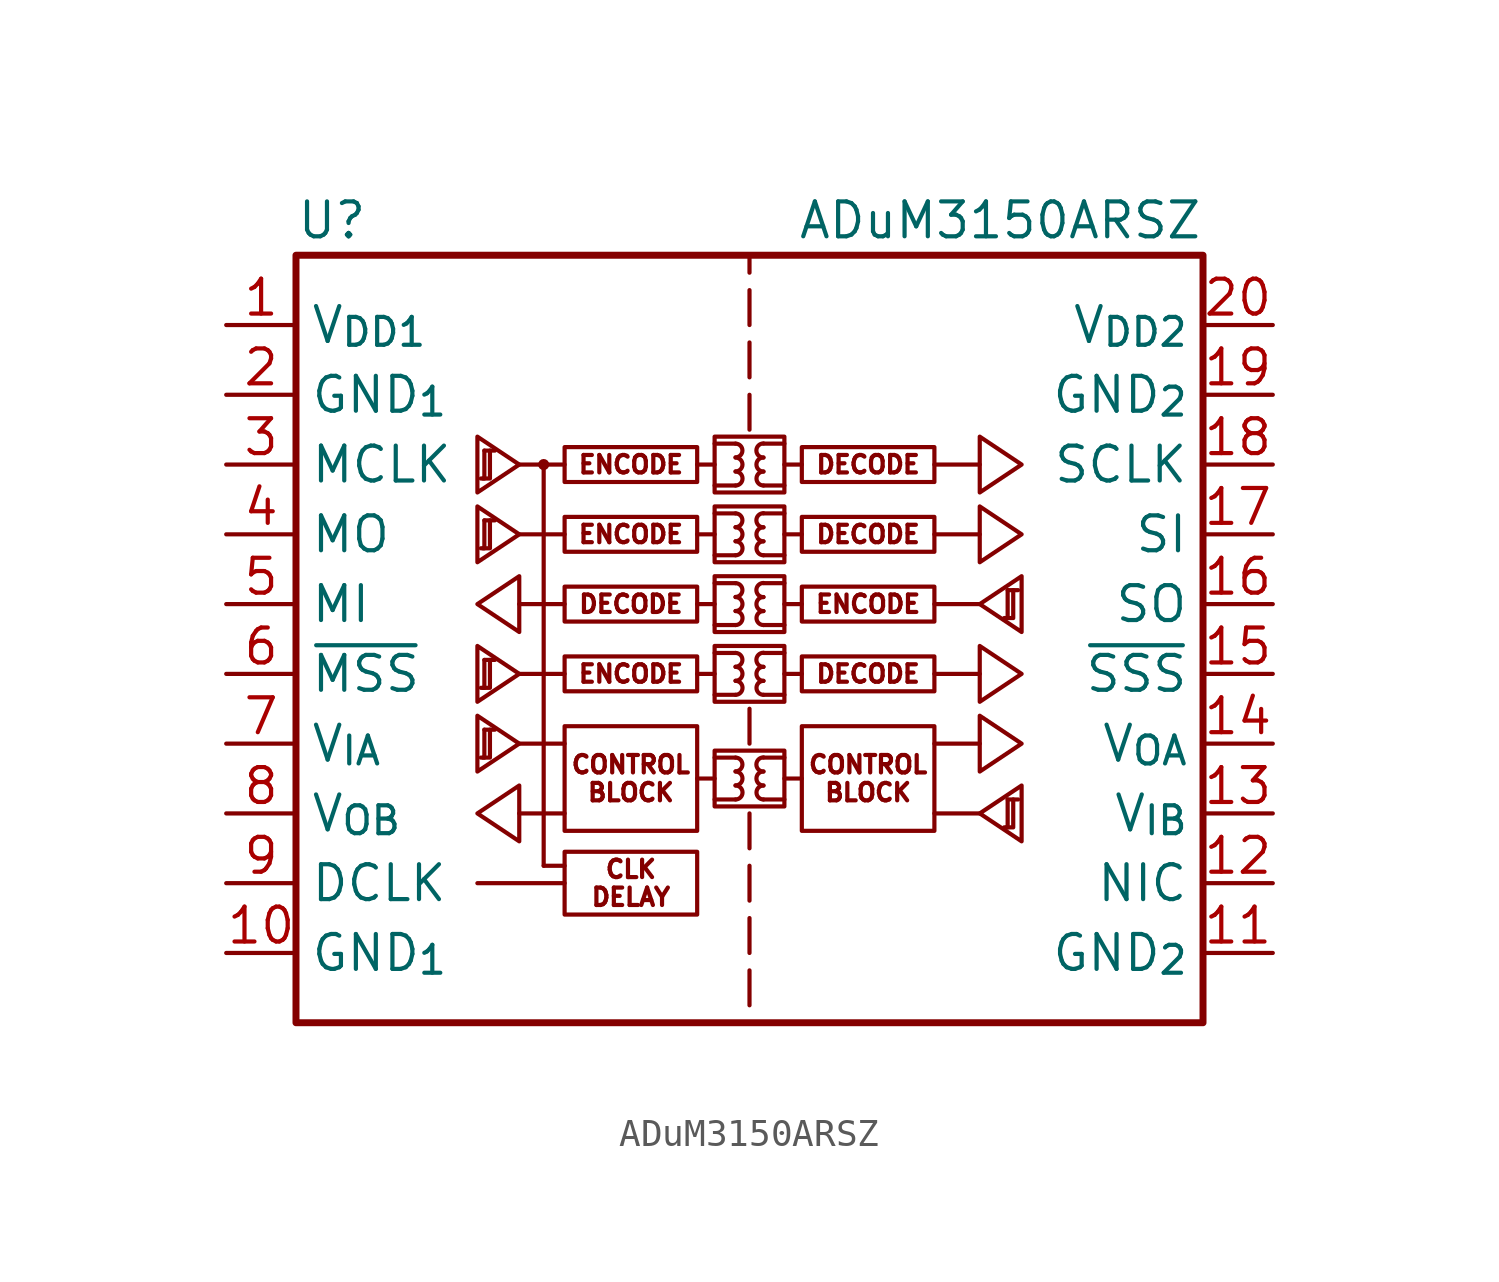
<source format=kicad_sym>
(kicad_symbol_lib
  (version 20211014)
  (generator kicad_symbol_editor)
  (symbol "ADuM3150ARSZ"
    (property "Reference" "U"
      (at 0 1.27 0)
      (effects (font (size 1.27 1.27)) (justify left)))
    (property "Value" "ADuM3150ARSZ"
      (at 33.02 1.27 0)
      (effects (font (size 1.27 1.27)) (justify right)))
    (symbol "ADuM3150ARSZ_0_1"
      (circle (center 9.017 -7.62) (radius 0.127) (stroke (width 0) (type default) (color 0 0 0 0)) (fill (type outline))))
    (symbol "ADuM3150ARSZ_1_0"
      (polyline (pts (xy 9.017 -22.225) (xy 9.017 -7.62)) (stroke (width 0) (type default) (color 0 0 0 0)) (fill (type none)))
      (polyline (pts (xy 9.779 -22.86) (xy 6.604 -22.86)) (stroke (width 0) (type default) (color 0 0 0 0)) (fill (type none)))
      (polyline (pts (xy 9.779 -22.225) (xy 9.017 -22.225)) (stroke (width 0) (type default) (color 0 0 0 0)) (fill (type none)))
      (polyline (pts (xy 9.779 -20.32) (xy 8.128 -20.32)) (stroke (width 0) (type default) (color 0 0 0 0)) (fill (type none)))
      (polyline (pts (xy 9.779 -17.78) (xy 8.128 -17.78)) (stroke (width 0) (type default) (color 0 0 0 0)) (fill (type none)))
      (polyline (pts (xy 9.779 -15.24) (xy 8.128 -15.24)) (stroke (width 0) (type default) (color 0 0 0 0)) (fill (type none)))
      (polyline (pts (xy 9.779 -12.7) (xy 8.128 -12.7)) (stroke (width 0) (type default) (color 0 0 0 0)) (fill (type none)))
      (polyline (pts (xy 9.779 -10.16) (xy 8.128 -10.16)) (stroke (width 0) (type default) (color 0 0 0 0)) (fill (type none)))
      (polyline (pts (xy 9.779 -7.62) (xy 8.128 -7.62)) (stroke (width 0) (type default) (color 0 0 0 0)) (fill (type none)))
      (polyline (pts (xy 14.605 -19.05) (xy 15.24 -19.05)) (stroke (width 0) (type default) (color 0 0 0 0)) (fill (type none)))
      (polyline (pts (xy 14.605 -15.24) (xy 15.24 -15.24)) (stroke (width 0) (type default) (color 0 0 0 0)) (fill (type none)))
      (polyline (pts (xy 14.605 -12.7) (xy 15.24 -12.7)) (stroke (width 0) (type default) (color 0 0 0 0)) (fill (type none)))
      (polyline (pts (xy 14.605 -10.16) (xy 15.24 -10.16)) (stroke (width 0) (type default) (color 0 0 0 0)) (fill (type none)))
      (polyline (pts (xy 14.605 -7.62) (xy 15.24 -7.62)) (stroke (width 0) (type default) (color 0 0 0 0)) (fill (type none)))
      (polyline (pts (xy 15.24 -19.812) (xy 16.002 -19.812)) (stroke (width 0) (type default) (color 0 0 0 0)) (fill (type none)))
      (polyline (pts (xy 15.24 -18.288) (xy 16.002 -18.288)) (stroke (width 0) (type default) (color 0 0 0 0)) (fill (type none)))
      (polyline (pts (xy 15.24 -16.002) (xy 16.002 -16.002)) (stroke (width 0) (type default) (color 0 0 0 0)) (fill (type none)))
      (polyline (pts (xy 15.24 -14.478) (xy 16.002 -14.478)) (stroke (width 0) (type default) (color 0 0 0 0)) (fill (type none)))
      (polyline (pts (xy 15.24 -13.462) (xy 16.002 -13.462)) (stroke (width 0) (type default) (color 0 0 0 0)) (fill (type none)))
      (polyline (pts (xy 15.24 -11.938) (xy 16.002 -11.938)) (stroke (width 0) (type default) (color 0 0 0 0)) (fill (type none)))
      (polyline (pts (xy 15.24 -10.922) (xy 16.002 -10.922)) (stroke (width 0) (type default) (color 0 0 0 0)) (fill (type none)))
      (polyline (pts (xy 15.24 -9.398) (xy 16.002 -9.398)) (stroke (width 0) (type default) (color 0 0 0 0)) (fill (type none)))
      (polyline (pts (xy 15.24 -8.382) (xy 16.002 -8.382)) (stroke (width 0) (type default) (color 0 0 0 0)) (fill (type none)))
      (polyline (pts (xy 15.24 -6.858) (xy 16.002 -6.858)) (stroke (width 0) (type default) (color 0 0 0 0)) (fill (type none)))
      (polyline (pts (xy 16.51 -26.035) (xy 16.51 -27.305)) (stroke (width 0) (type default) (color 0 0 0 0)) (fill (type none)))
      (polyline (pts (xy 16.51 -24.13) (xy 16.51 -25.4)) (stroke (width 0) (type default) (color 0 0 0 0)) (fill (type none)))
      (polyline (pts (xy 16.51 -22.225) (xy 16.51 -23.495)) (stroke (width 0) (type default) (color 0 0 0 0)) (fill (type none)))
      (polyline (pts (xy 16.51 -20.32) (xy 16.51 -21.59)) (stroke (width 0) (type default) (color 0 0 0 0)) (fill (type none)))
      (polyline (pts (xy 16.51 -16.51) (xy 16.51 -17.78)) (stroke (width 0) (type default) (color 0 0 0 0)) (fill (type none)))
      (polyline (pts (xy 16.51 -6.35) (xy 16.51 -5.08)) (stroke (width 0) (type default) (color 0 0 0 0)) (fill (type none)))
      (polyline (pts (xy 16.51 -4.445) (xy 16.51 -3.175)) (stroke (width 0) (type default) (color 0 0 0 0)) (fill (type none)))
      (polyline (pts (xy 16.51 -2.54) (xy 16.51 -1.27)) (stroke (width 0) (type default) (color 0 0 0 0)) (fill (type none)))
      (polyline (pts (xy 16.51 0) (xy 16.51 -0.635)) (stroke (width 0) (type default) (color 0 0 0 0)) (fill (type none)))
      (polyline (pts (xy 17.78 -19.812) (xy 17.018 -19.812)) (stroke (width 0) (type default) (color 0 0 0 0)) (fill (type none)))
      (polyline (pts (xy 17.78 -18.288) (xy 17.018 -18.288)) (stroke (width 0) (type default) (color 0 0 0 0)) (fill (type none)))
      (polyline (pts (xy 17.78 -16.002) (xy 17.018 -16.002)) (stroke (width 0) (type default) (color 0 0 0 0)) (fill (type none)))
      (polyline (pts (xy 17.78 -14.478) (xy 17.018 -14.478)) (stroke (width 0) (type default) (color 0 0 0 0)) (fill (type none)))
      (polyline (pts (xy 17.78 -13.462) (xy 17.018 -13.462)) (stroke (width 0) (type default) (color 0 0 0 0)) (fill (type none)))
      (polyline (pts (xy 17.78 -11.938) (xy 17.018 -11.938)) (stroke (width 0) (type default) (color 0 0 0 0)) (fill (type none)))
      (polyline (pts (xy 17.78 -10.922) (xy 17.018 -10.922)) (stroke (width 0) (type default) (color 0 0 0 0)) (fill (type none)))
      (polyline (pts (xy 17.78 -9.398) (xy 17.018 -9.398)) (stroke (width 0) (type default) (color 0 0 0 0)) (fill (type none)))
      (polyline (pts (xy 17.78 -8.382) (xy 17.018 -8.382)) (stroke (width 0) (type default) (color 0 0 0 0)) (fill (type none)))
      (polyline (pts (xy 17.78 -6.858) (xy 17.018 -6.858)) (stroke (width 0) (type default) (color 0 0 0 0)) (fill (type none)))
      (polyline (pts (xy 18.415 -19.05) (xy 17.78 -19.05)) (stroke (width 0) (type default) (color 0 0 0 0)) (fill (type none)))
      (polyline (pts (xy 18.415 -15.24) (xy 17.78 -15.24)) (stroke (width 0) (type default) (color 0 0 0 0)) (fill (type none)))
      (polyline (pts (xy 18.415 -12.7) (xy 17.78 -12.7)) (stroke (width 0) (type default) (color 0 0 0 0)) (fill (type none)))
      (polyline (pts (xy 18.415 -10.16) (xy 17.78 -10.16)) (stroke (width 0) (type default) (color 0 0 0 0)) (fill (type none)))
      (polyline (pts (xy 18.415 -7.62) (xy 17.78 -7.62)) (stroke (width 0) (type default) (color 0 0 0 0)) (fill (type none)))
      (polyline (pts (xy 24.892 -20.32) (xy 23.241 -20.32)) (stroke (width 0) (type default) (color 0 0 0 0)) (fill (type none)))
      (polyline (pts (xy 24.892 -17.78) (xy 23.241 -17.78)) (stroke (width 0) (type default) (color 0 0 0 0)) (fill (type none)))
      (polyline (pts (xy 24.892 -15.24) (xy 23.241 -15.24)) (stroke (width 0) (type default) (color 0 0 0 0)) (fill (type none)))
      (polyline (pts (xy 24.892 -12.7) (xy 23.241 -12.7)) (stroke (width 0) (type default) (color 0 0 0 0)) (fill (type none)))
      (polyline (pts (xy 24.892 -10.16) (xy 23.241 -10.16)) (stroke (width 0) (type default) (color 0 0 0 0)) (fill (type none)))
      (polyline (pts (xy 24.892 -7.62) (xy 23.241 -7.62)) (stroke (width 0) (type default) (color 0 0 0 0)) (fill (type none)))
      (rectangle (start 15.24 -18.034) (end 17.78 -20.066) (stroke (width 0) (type default) (color 0 0 0 0)) (fill (type none)))
      (rectangle (start 15.24 -14.224) (end 17.78 -16.256) (stroke (width 0) (type default) (color 0 0 0 0)) (fill (type none)))
      (rectangle (start 15.24 -11.684) (end 17.78 -13.716) (stroke (width 0) (type default) (color 0 0 0 0)) (fill (type none)))
      (rectangle (start 15.24 -9.144) (end 17.78 -11.176) (stroke (width 0) (type default) (color 0 0 0 0)) (fill (type none)))
      (rectangle (start 15.24 -6.604) (end 17.78 -8.636) (stroke (width 0) (type default) (color 0 0 0 0)) (fill (type none)))
      (arc (start 16.002 -19.812) (mid 16.256 -19.558) (end 16.002 -19.304) (stroke (width 0) (type default) (color 0 0 0 0)) (fill (type none)))
      (arc (start 16.002 -19.304) (mid 16.256 -19.05) (end 16.002 -18.796) (stroke (width 0) (type default) (color 0 0 0 0)) (fill (type none)))
      (arc (start 16.002 -18.796) (mid 16.256 -18.542) (end 16.002 -18.288) (stroke (width 0) (type default) (color 0 0 0 0)) (fill (type none)))
      (arc (start 16.002 -16.002) (mid 16.256 -15.748) (end 16.002 -15.494) (stroke (width 0) (type default) (color 0 0 0 0)) (fill (type none)))
      (arc (start 16.002 -15.494) (mid 16.256 -15.24) (end 16.002 -14.986) (stroke (width 0) (type default) (color 0 0 0 0)) (fill (type none)))
      (arc (start 16.002 -14.986) (mid 16.256 -14.732) (end 16.002 -14.478) (stroke (width 0) (type default) (color 0 0 0 0)) (fill (type none)))
      (arc (start 16.002 -13.462) (mid 16.256 -13.208) (end 16.002 -12.954) (stroke (width 0) (type default) (color 0 0 0 0)) (fill (type none)))
      (arc (start 16.002 -12.954) (mid 16.256 -12.7) (end 16.002 -12.446) (stroke (width 0) (type default) (color 0 0 0 0)) (fill (type none)))
      (arc (start 16.002 -12.446) (mid 16.256 -12.192) (end 16.002 -11.938) (stroke (width 0) (type default) (color 0 0 0 0)) (fill (type none)))
      (arc (start 16.002 -10.922) (mid 16.256 -10.668) (end 16.002 -10.414) (stroke (width 0) (type default) (color 0 0 0 0)) (fill (type none)))
      (arc (start 16.002 -10.414) (mid 16.256 -10.16) (end 16.002 -9.906) (stroke (width 0) (type default) (color 0 0 0 0)) (fill (type none)))
      (arc (start 16.002 -9.906) (mid 16.256 -9.652) (end 16.002 -9.398) (stroke (width 0) (type default) (color 0 0 0 0)) (fill (type none)))
      (arc (start 16.002 -8.382) (mid 16.256 -8.128) (end 16.002 -7.874) (stroke (width 0) (type default) (color 0 0 0 0)) (fill (type none)))
      (arc (start 16.002 -7.874) (mid 16.256 -7.62) (end 16.002 -7.366) (stroke (width 0) (type default) (color 0 0 0 0)) (fill (type none)))
      (arc (start 16.002 -7.366) (mid 16.256 -7.112) (end 16.002 -6.858) (stroke (width 0) (type default) (color 0 0 0 0)) (fill (type none)))
      (arc (start 17.018 -19.304) (mid 16.764 -19.558) (end 17.018 -19.812) (stroke (width 0) (type default) (color 0 0 0 0)) (fill (type none)))
      (arc (start 17.018 -18.796) (mid 16.764 -19.05) (end 17.018 -19.304) (stroke (width 0) (type default) (color 0 0 0 0)) (fill (type none)))
      (arc (start 17.018 -18.288) (mid 16.764 -18.542) (end 17.018 -18.796) (stroke (width 0) (type default) (color 0 0 0 0)) (fill (type none)))
      (arc (start 17.018 -15.494) (mid 16.764 -15.748) (end 17.018 -16.002) (stroke (width 0) (type default) (color 0 0 0 0)) (fill (type none)))
      (arc (start 17.018 -14.986) (mid 16.764 -15.24) (end 17.018 -15.494) (stroke (width 0) (type default) (color 0 0 0 0)) (fill (type none)))
      (arc (start 17.018 -14.478) (mid 16.764 -14.732) (end 17.018 -14.986) (stroke (width 0) (type default) (color 0 0 0 0)) (fill (type none)))
      (arc (start 17.018 -12.954) (mid 16.764 -13.208) (end 17.018 -13.462) (stroke (width 0) (type default) (color 0 0 0 0)) (fill (type none)))
      (arc (start 17.018 -12.446) (mid 16.764 -12.7) (end 17.018 -12.954) (stroke (width 0) (type default) (color 0 0 0 0)) (fill (type none)))
      (arc (start 17.018 -11.938) (mid 16.764 -12.192) (end 17.018 -12.446) (stroke (width 0) (type default) (color 0 0 0 0)) (fill (type none)))
      (arc (start 17.018 -10.414) (mid 16.764 -10.668) (end 17.018 -10.922) (stroke (width 0) (type default) (color 0 0 0 0)) (fill (type none)))
      (arc (start 17.018 -9.906) (mid 16.764 -10.16) (end 17.018 -10.414) (stroke (width 0) (type default) (color 0 0 0 0)) (fill (type none)))
      (arc (start 17.018 -9.398) (mid 16.764 -9.652) (end 17.018 -9.906) (stroke (width 0) (type default) (color 0 0 0 0)) (fill (type none)))
      (arc (start 17.018 -7.874) (mid 16.764 -8.128) (end 17.018 -8.382) (stroke (width 0) (type default) (color 0 0 0 0)) (fill (type none)))
      (arc (start 17.018 -7.366) (mid 16.764 -7.62) (end 17.018 -7.874) (stroke (width 0) (type default) (color 0 0 0 0)) (fill (type none)))
      (arc (start 17.018 -6.858) (mid 16.764 -7.112) (end 17.018 -7.366) (stroke (width 0) (type default) (color 0 0 0 0)) (fill (type none)))
      (rectangle (start 18.415 -14.605) (end 23.241 -15.875) (stroke (width 0) (type default) (color 0 0 0 0)) (fill (type none)))
      (rectangle (start 18.415 -12.065) (end 23.241 -13.335) (stroke (width 0) (type default) (color 0 0 0 0)) (fill (type none)))
      (rectangle (start 18.415 -9.525) (end 23.241 -10.795) (stroke (width 0) (type default) (color 0 0 0 0)) (fill (type none)))
      (rectangle (start 18.415 -6.985) (end 23.241 -8.255) (stroke (width 0) (type default) (color 0 0 0 0)) (fill (type none)))
      (text "BLOCK" (at 12.192 -19.558 0) (effects (font (size 0.635 0.635))))
      (text "BLOCK" (at 20.828 -19.558 0) (effects (font (size 0.635 0.635))))
      (text "CLK" (at 12.192 -22.352 0) (effects (font (size 0.635 0.635))))
      (text "CONTROL" (at 12.192 -18.542 0) (effects (font (size 0.635 0.635))))
      (text "CONTROL" (at 20.828 -18.542 0) (effects (font (size 0.635 0.635))))
      (text "DECODE" (at 12.192 -12.7 0) (effects (font (size 0.635 0.635))))
      (text "DECODE" (at 20.828 -15.24 0) (effects (font (size 0.635 0.635))))
      (text "DECODE" (at 20.828 -10.16 0) (effects (font (size 0.635 0.635))))
      (text "DECODE" (at 20.828 -7.62 0) (effects (font (size 0.635 0.635))))
      (text "DELAY" (at 12.192 -23.368 0) (effects (font (size 0.635 0.635))))
      (text "ENCODE" (at 12.192 -15.24 0) (effects (font (size 0.635 0.635))))
      (text "ENCODE" (at 12.192 -10.16 0) (effects (font (size 0.635 0.635))))
      (text "ENCODE" (at 12.192 -7.62 0) (effects (font (size 0.635 0.635))))
      (text "ENCODE" (at 20.828 -12.7 0) (effects (font (size 0.635 0.635)))))
    (symbol "ADuM3150ARSZ_1_1"
      (polyline (pts (xy 6.858 -17.272) (xy 7.239 -17.272)) (stroke (width 0) (type default) (color 0 0 0 0)) (fill (type none)))
      (polyline (pts (xy 6.858 -14.732) (xy 7.239 -14.732)) (stroke (width 0) (type default) (color 0 0 0 0)) (fill (type none)))
      (polyline (pts (xy 6.858 -9.652) (xy 7.239 -9.652)) (stroke (width 0) (type default) (color 0 0 0 0)) (fill (type none)))
      (polyline (pts (xy 6.858 -7.112) (xy 7.239 -7.112)) (stroke (width 0) (type default) (color 0 0 0 0)) (fill (type none)))
      (polyline (pts (xy 25.908 -19.812) (xy 26.289 -19.812)) (stroke (width 0) (type default) (color 0 0 0 0)) (fill (type none)))
      (polyline (pts (xy 25.908 -12.192) (xy 26.289 -12.192)) (stroke (width 0) (type default) (color 0 0 0 0)) (fill (type none)))
      (polyline (pts (xy 6.807 -18.288) (xy 7.061 -18.288) (xy 7.061 -17.272)) (stroke (width 0) (type default) (color 0 0 0 0)) (fill (type none)))
      (polyline (pts (xy 6.807 -15.748) (xy 7.061 -15.748) (xy 7.061 -14.732)) (stroke (width 0) (type default) (color 0 0 0 0)) (fill (type none)))
      (polyline (pts (xy 6.807 -10.668) (xy 7.061 -10.668) (xy 7.061 -9.652)) (stroke (width 0) (type default) (color 0 0 0 0)) (fill (type none)))
      (polyline (pts (xy 6.807 -8.128) (xy 7.061 -8.128) (xy 7.061 -7.112)) (stroke (width 0) (type default) (color 0 0 0 0)) (fill (type none)))
      (polyline (pts (xy 6.858 -17.272) (xy 6.858 -18.288) (xy 6.731 -18.288)) (stroke (width 0) (type default) (color 0 0 0 0)) (fill (type none)))
      (polyline (pts (xy 6.858 -14.732) (xy 6.858 -15.748) (xy 6.731 -15.748)) (stroke (width 0) (type default) (color 0 0 0 0)) (fill (type none)))
      (polyline (pts (xy 6.858 -9.652) (xy 6.858 -10.668) (xy 6.731 -10.668)) (stroke (width 0) (type default) (color 0 0 0 0)) (fill (type none)))
      (polyline (pts (xy 6.858 -7.112) (xy 6.858 -8.128) (xy 6.731 -8.128)) (stroke (width 0) (type default) (color 0 0 0 0)) (fill (type none)))
      (polyline (pts (xy 25.857 -20.828) (xy 26.111 -20.828) (xy 26.111 -19.812)) (stroke (width 0) (type default) (color 0 0 0 0)) (fill (type none)))
      (polyline (pts (xy 25.857 -13.208) (xy 26.111 -13.208) (xy 26.111 -12.192)) (stroke (width 0) (type default) (color 0 0 0 0)) (fill (type none)))
      (polyline (pts (xy 25.908 -19.812) (xy 25.908 -20.828) (xy 25.781 -20.828)) (stroke (width 0) (type default) (color 0 0 0 0)) (fill (type none)))
      (polyline (pts (xy 25.908 -12.192) (xy 25.908 -13.208) (xy 25.781 -13.208)) (stroke (width 0) (type default) (color 0 0 0 0)) (fill (type none)))
      (polyline (pts (xy 6.604 -20.32) (xy 8.128 -19.304) (xy 8.128 -21.336) (xy 6.604 -20.32)) (stroke (width 0) (type default) (color 0 0 0 0)) (fill (type none)))
      (polyline (pts (xy 6.604 -12.7) (xy 8.128 -11.684) (xy 8.128 -13.716) (xy 6.604 -12.7)) (stroke (width 0) (type default) (color 0 0 0 0)) (fill (type none)))
      (polyline (pts (xy 8.128 -17.78) (xy 6.604 -16.764) (xy 6.604 -18.796) (xy 8.128 -17.78)) (stroke (width 0) (type default) (color 0 0 0 0)) (fill (type none)))
      (polyline (pts (xy 8.128 -15.24) (xy 6.604 -14.224) (xy 6.604 -16.256) (xy 8.128 -15.24)) (stroke (width 0) (type default) (color 0 0 0 0)) (fill (type none)))
      (polyline (pts (xy 8.128 -10.16) (xy 6.604 -9.144) (xy 6.604 -11.176) (xy 8.128 -10.16)) (stroke (width 0) (type default) (color 0 0 0 0)) (fill (type none)))
      (polyline (pts (xy 8.128 -7.62) (xy 6.604 -6.604) (xy 6.604 -8.636) (xy 8.128 -7.62)) (stroke (width 0) (type default) (color 0 0 0 0)) (fill (type none)))
      (polyline (pts (xy 24.892 -20.32) (xy 26.416 -19.304) (xy 26.416 -21.336) (xy 24.892 -20.32)) (stroke (width 0) (type default) (color 0 0 0 0)) (fill (type none)))
      (polyline (pts (xy 24.892 -12.7) (xy 26.416 -11.684) (xy 26.416 -13.716) (xy 24.892 -12.7)) (stroke (width 0) (type default) (color 0 0 0 0)) (fill (type none)))
      (polyline (pts (xy 26.416 -17.78) (xy 24.892 -16.764) (xy 24.892 -18.796) (xy 26.416 -17.78)) (stroke (width 0) (type default) (color 0 0 0 0)) (fill (type none)))
      (polyline (pts (xy 26.416 -15.24) (xy 24.892 -14.224) (xy 24.892 -16.256) (xy 26.416 -15.24)) (stroke (width 0) (type default) (color 0 0 0 0)) (fill (type none)))
      (polyline (pts (xy 26.416 -10.16) (xy 24.892 -9.144) (xy 24.892 -11.176) (xy 26.416 -10.16)) (stroke (width 0) (type default) (color 0 0 0 0)) (fill (type none)))
      (polyline (pts (xy 26.416 -7.62) (xy 24.892 -6.604) (xy 24.892 -8.636) (xy 26.416 -7.62)) (stroke (width 0) (type default) (color 0 0 0 0)) (fill (type none)))
      (rectangle (start 0 0) (end 33.02 -27.94) (stroke (width 0.254) (type default) (color 0 0 0 0)) (fill (type none)))
      (rectangle (start 9.779 -21.717) (end 14.605 -24.003) (stroke (width 0) (type default) (color 0 0 0 0)) (fill (type none)))
      (rectangle (start 9.779 -17.145) (end 14.605 -20.955) (stroke (width 0) (type default) (color 0 0 0 0)) (fill (type none)))
      (rectangle (start 9.779 -14.605) (end 14.605 -15.875) (stroke (width 0) (type default) (color 0 0 0 0)) (fill (type none)))
      (rectangle (start 9.779 -12.065) (end 14.605 -13.335) (stroke (width 0) (type default) (color 0 0 0 0)) (fill (type none)))
      (rectangle (start 9.779 -9.525) (end 14.605 -10.795) (stroke (width 0) (type default) (color 0 0 0 0)) (fill (type none)))
      (rectangle (start 9.779 -6.985) (end 14.605 -8.255) (stroke (width 0) (type default) (color 0 0 0 0)) (fill (type none)))
      (rectangle (start 18.415 -17.145) (end 23.241 -20.955) (stroke (width 0) (type default) (color 0 0 0 0)) (fill (type none)))
      (pin power_in line (at -2.54 -2.54 0) (length 2.54) (name "V_{DD1}" (effects (font (size 1.27 1.27)))) (number "1" (effects (font (size 1.27 1.27)))))
      (pin power_in line (at -2.54 -25.4 0) (length 2.54) (name "GND_{1}" (effects (font (size 1.27 1.27)))) (number "10" (effects (font (size 1.27 1.27)))))
      (pin power_in line (at 35.56 -25.4 180) (length 2.54) (name "GND_{2}" (effects (font (size 1.27 1.27)))) (number "11" (effects (font (size 1.27 1.27)))))
      (pin free line (at 35.56 -22.86 180) (length 2.54) (name "NIC" (effects (font (size 1.27 1.27)))) (number "12" (effects (font (size 1.27 1.27)))))
      (pin input line (at 35.56 -20.32 180) (length 2.54) (name "V_{IB}" (effects (font (size 1.27 1.27)))) (number "13" (effects (font (size 1.27 1.27)))))
      (pin output line (at 35.56 -17.78 180) (length 2.54) (name "V_{OA}" (effects (font (size 1.27 1.27)))) (number "14" (effects (font (size 1.27 1.27)))))
      (pin output line (at 35.56 -15.24 180) (length 2.54) (name "~{SSS}" (effects (font (size 1.27 1.27)))) (number "15" (effects (font (size 1.27 1.27)))))
      (pin input line (at 35.56 -12.7 180) (length 2.54) (name "SO" (effects (font (size 1.27 1.27)))) (number "16" (effects (font (size 1.27 1.27)))))
      (pin output line (at 35.56 -10.16 180) (length 2.54) (name "SI" (effects (font (size 1.27 1.27)))) (number "17" (effects (font (size 1.27 1.27)))))
      (pin output line (at 35.56 -7.62 180) (length 2.54) (name "SCLK" (effects (font (size 1.27 1.27)))) (number "18" (effects (font (size 1.27 1.27)))))
      (pin power_in line (at 35.56 -5.08 180) (length 2.54) (name "GND_{2}" (effects (font (size 1.27 1.27)))) (number "19" (effects (font (size 1.27 1.27)))))
      (pin power_in line (at -2.54 -5.08 0) (length 2.54) (name "GND_{1}" (effects (font (size 1.27 1.27)))) (number "2" (effects (font (size 1.27 1.27)))))
      (pin power_in line (at 35.56 -2.54 180) (length 2.54) (name "V_{DD2}" (effects (font (size 1.27 1.27)))) (number "20" (effects (font (size 1.27 1.27)))))
      (pin input line (at -2.54 -7.62 0) (length 2.54) (name "MCLK" (effects (font (size 1.27 1.27)))) (number "3" (effects (font (size 1.27 1.27)))))
      (pin input line (at -2.54 -10.16 0) (length 2.54) (name "MO" (effects (font (size 1.27 1.27)))) (number "4" (effects (font (size 1.27 1.27)))))
      (pin output line (at -2.54 -12.7 0) (length 2.54) (name "MI" (effects (font (size 1.27 1.27)))) (number "5" (effects (font (size 1.27 1.27)))))
      (pin input line (at -2.54 -15.24 0) (length 2.54) (name "~{MSS}" (effects (font (size 1.27 1.27)))) (number "6" (effects (font (size 1.27 1.27)))))
      (pin input line (at -2.54 -17.78 0) (length 2.54) (name "V_{IA}" (effects (font (size 1.27 1.27)))) (number "7" (effects (font (size 1.27 1.27)))))
      (pin output line (at -2.54 -20.32 0) (length 2.54) (name "V_{OB}" (effects (font (size 1.27 1.27)))) (number "8" (effects (font (size 1.27 1.27)))))
      (pin output line (at -2.54 -22.86 0) (length 2.54) (name "DCLK" (effects (font (size 1.27 1.27)))) (number "9" (effects (font (size 1.27 1.27))))))))
</source>
